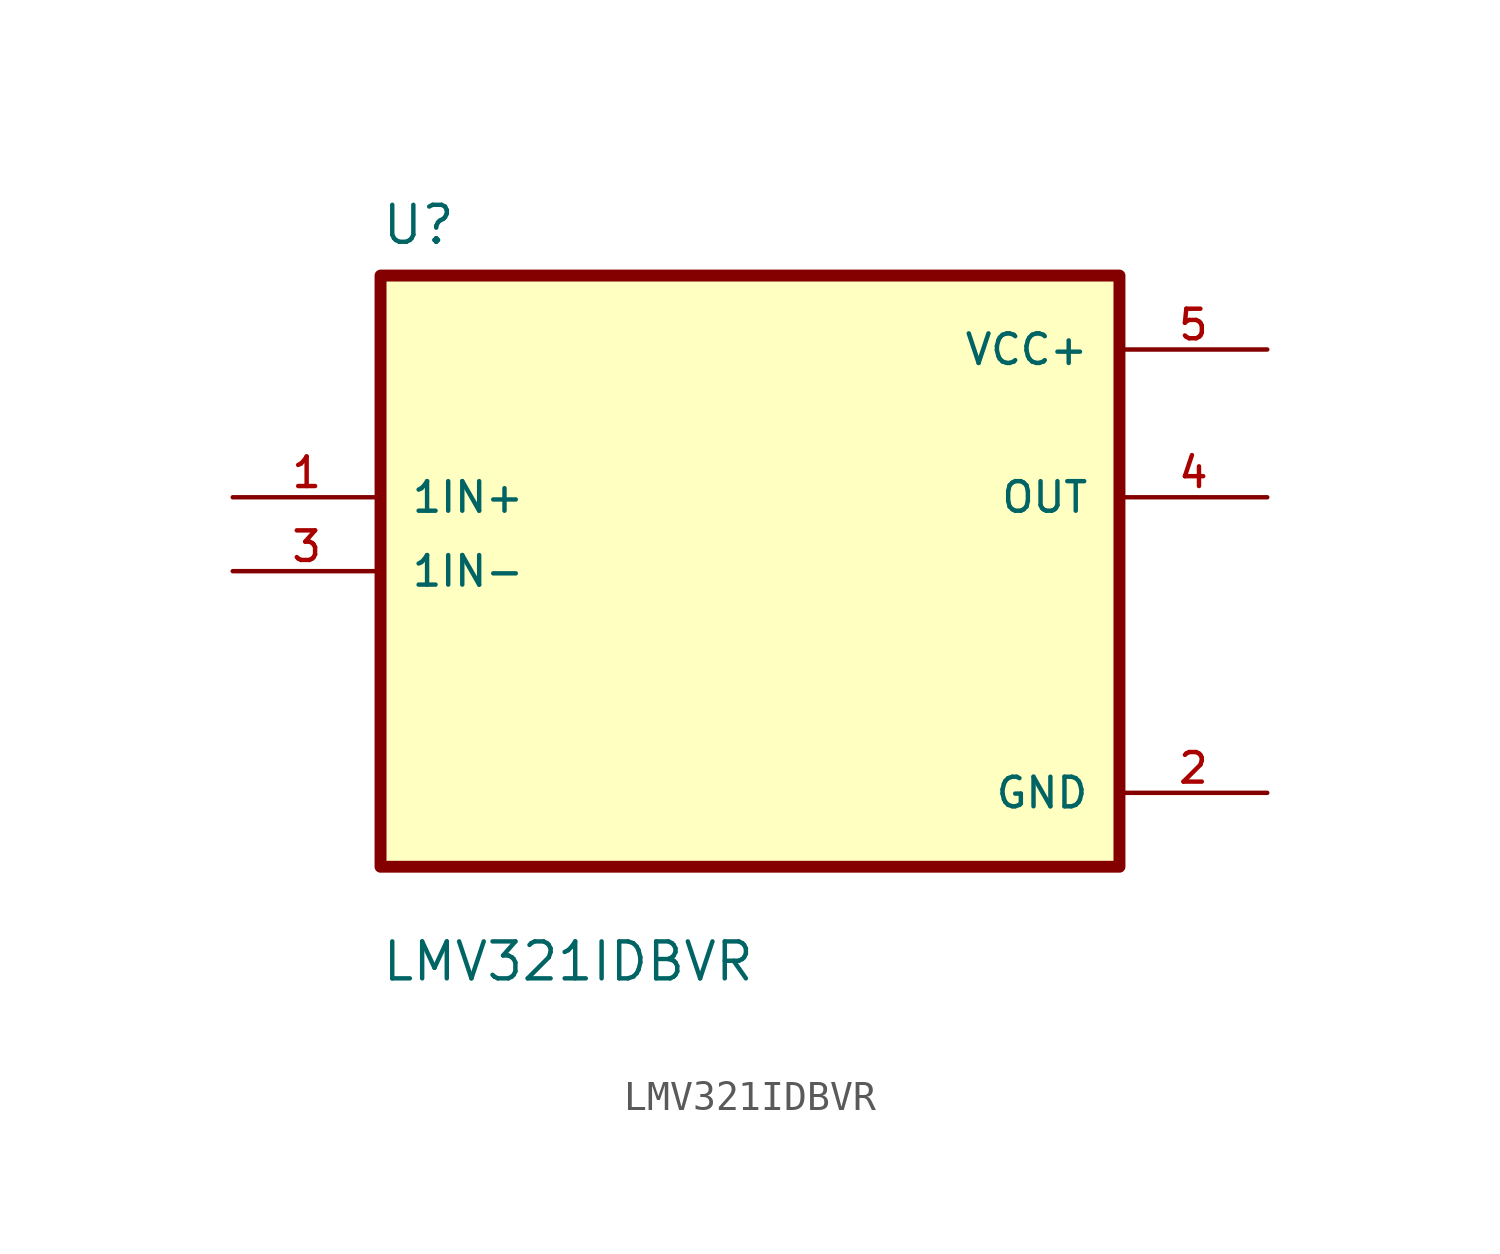
<source format=kicad_sym>
(kicad_symbol_lib
  (version 20211014)
  (generator kicad_symbol_editor)
  (symbol "LMV321IDBVR"
    (pin_names
      (offset 1.016))
    (property "Reference" "U"
      (at -12.7 11.16 0.0)
      (effects (font (size 1.27 1.27)) (justify bottom left)))
    (property "Value" "LMV321IDBVR"
      (at -12.7 -14.16 0.0)
      (effects (font (size 1.27 1.27)) (justify bottom left)))
    (symbol "LMV321IDBVR_0_0"
      (rectangle (start -12.7 -10.16) (end 12.7 10.16) (stroke (width 0.41)) (fill (type background)))
      (pin input line (at -17.78 2.54 0) (length 5.08) (name "1IN+" (effects (font (size 1.016 1.016)))) (number "1" (effects (font (size 1.016 1.016)))))
      (pin input line (at -17.78 0.0 0) (length 5.08) (name "1IN-" (effects (font (size 1.016 1.016)))) (number "3" (effects (font (size 1.016 1.016)))))
      (pin power_in line (at 17.78 7.62 180.0) (length 5.08) (name "VCC+" (effects (font (size 1.016 1.016)))) (number "5" (effects (font (size 1.016 1.016)))))
      (pin output line (at 17.78 2.54 180.0) (length 5.08) (name "OUT" (effects (font (size 1.016 1.016)))) (number "4" (effects (font (size 1.016 1.016)))))
      (pin power_in line (at 17.78 -7.62 180.0) (length 5.08) (name "GND" (effects (font (size 1.016 1.016)))) (number "2" (effects (font (size 1.016 1.016))))))))
</source>
